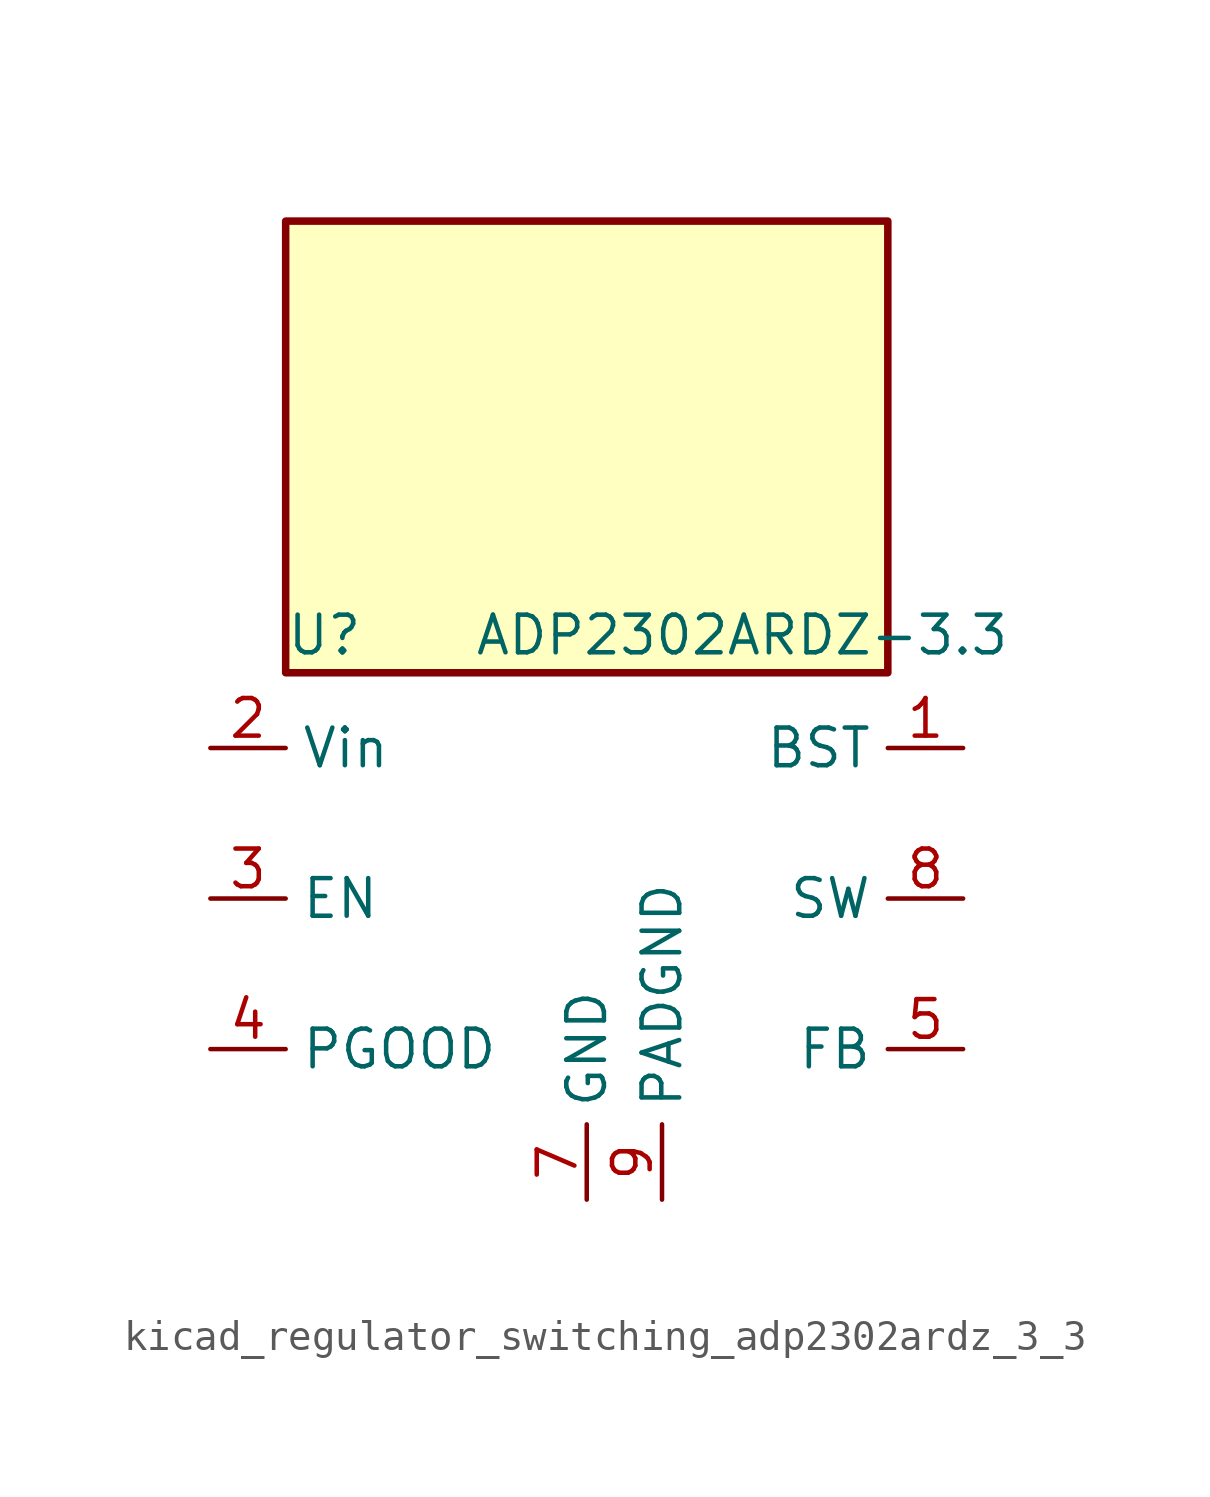
<source format=kicad_sym>
(kicad_symbol_lib
  (version 20220914)
  (generator kicad_symbol_editor)
  (symbol "kicad_regulator_switching_adp2302ardz_3_3"
    (property "Reference" "U"
      (at -10.16 8.89 0)
      (effects (font (size 1.27 1.27)) (justify left)))
    (property "Value" "ADP2302ARDZ-3.3"
      (at -3.81 8.89 0)
      (effects (font (size 1.27 1.27)) (justify left)))
    (symbol "kicad_regulator_switching_adp2302ardz_3_3_0_1"
      (rectangle (start 10.16 22.86) (end -10.16 7.62) (stroke (width 0.254) (type default)) (fill (type background))))
    (symbol "kicad_regulator_switching_adp2302ardz_3_3_1_1"
      (pin input line (at 12.7 5.08 180) (length 2.54) (name "BST" (effects (font (size 1.27 1.27)))) (number "1" (effects (font (size 1.27 1.27)))))
      (pin power_in line (at -12.7 5.08 0) (length 2.54) (name "Vin" (effects (font (size 1.27 1.27)))) (number "2" (effects (font (size 1.27 1.27)))))
      (pin input line (at -12.7 0 0) (length 2.54) (name "EN" (effects (font (size 1.27 1.27)))) (number "3" (effects (font (size 1.27 1.27)))))
      (pin output line (at -12.7 -5.08 0) (length 2.54) (name "PGOOD" (effects (font (size 1.27 1.27)))) (number "4" (effects (font (size 1.27 1.27)))))
      (pin input line (at 12.7 -5.08 180) (length 2.54) (name "FB" (effects (font (size 1.27 1.27)))) (number "5" (effects (font (size 1.27 1.27)))))
      (pin no_connect line (at -10.16 2.54 0) (length 2.54) hide (name "NC" (effects (font (size 1.27 1.27)))) (number "6" (effects (font (size 1.27 1.27)))))
      (pin power_in line (at 0 -10.16 90) (length 2.54) (name "GND" (effects (font (size 1.27 1.27)))) (number "7" (effects (font (size 1.27 1.27)))))
      (pin power_out line (at 12.7 0 180) (length 2.54) (name "SW" (effects (font (size 1.27 1.27)))) (number "8" (effects (font (size 1.27 1.27)))))
      (pin power_in line (at 2.54 -10.16 90) (length 2.54) (name "PADGND" (effects (font (size 1.27 1.27)))) (number "9" (effects (font (size 1.27 1.27))))))))
</source>
